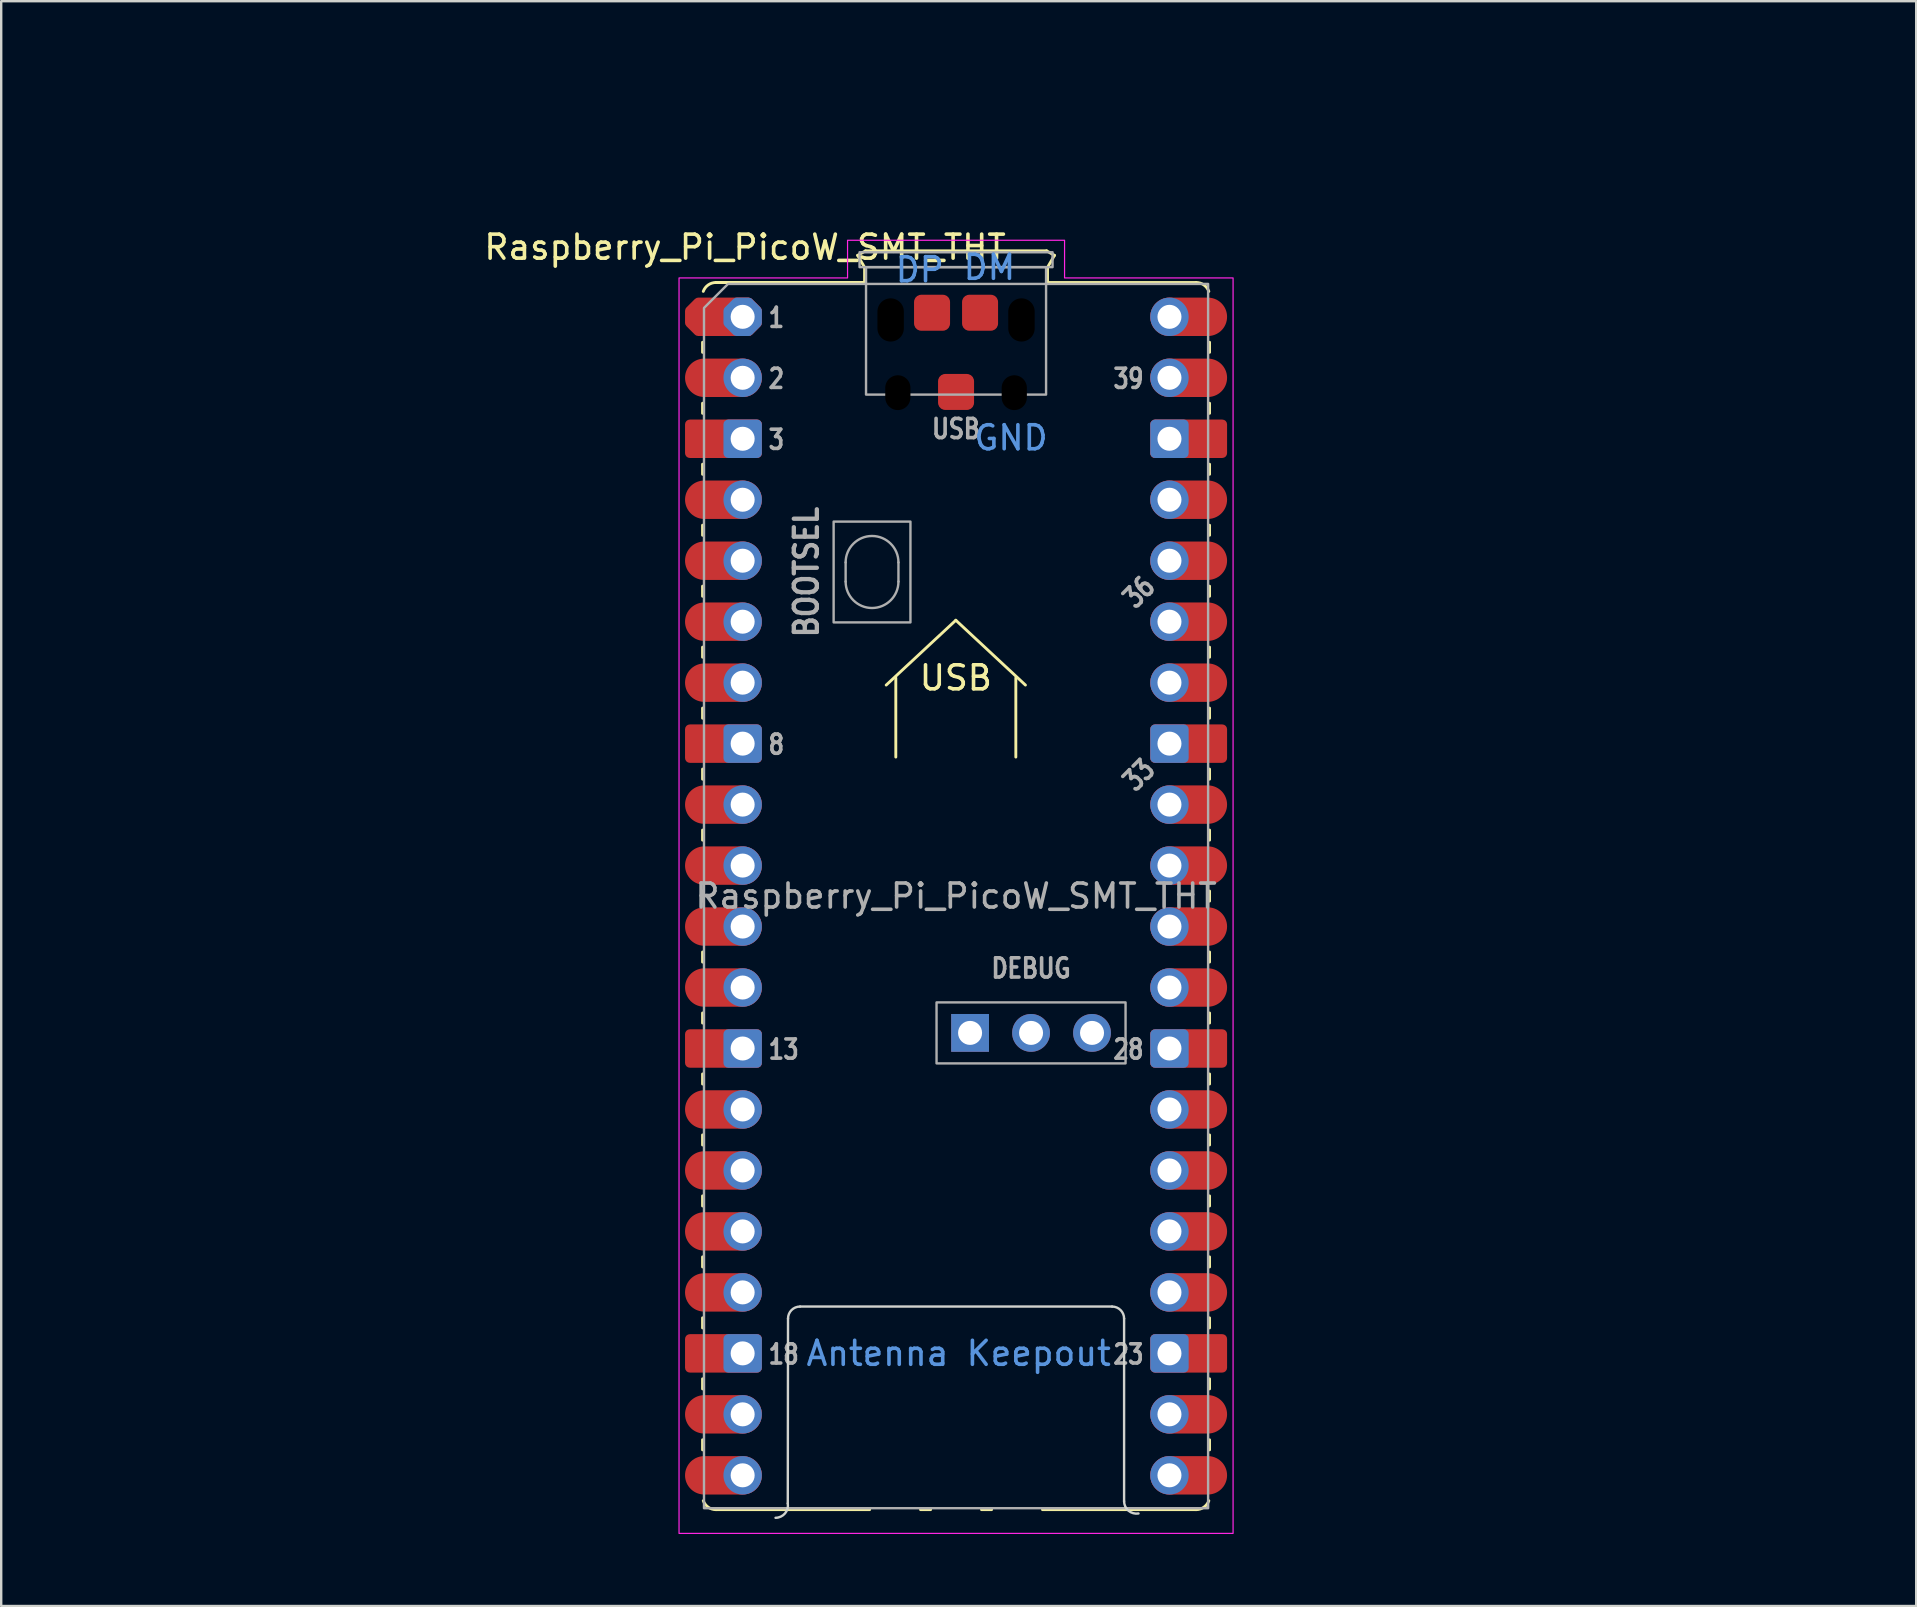
<source format=kicad_pcb>
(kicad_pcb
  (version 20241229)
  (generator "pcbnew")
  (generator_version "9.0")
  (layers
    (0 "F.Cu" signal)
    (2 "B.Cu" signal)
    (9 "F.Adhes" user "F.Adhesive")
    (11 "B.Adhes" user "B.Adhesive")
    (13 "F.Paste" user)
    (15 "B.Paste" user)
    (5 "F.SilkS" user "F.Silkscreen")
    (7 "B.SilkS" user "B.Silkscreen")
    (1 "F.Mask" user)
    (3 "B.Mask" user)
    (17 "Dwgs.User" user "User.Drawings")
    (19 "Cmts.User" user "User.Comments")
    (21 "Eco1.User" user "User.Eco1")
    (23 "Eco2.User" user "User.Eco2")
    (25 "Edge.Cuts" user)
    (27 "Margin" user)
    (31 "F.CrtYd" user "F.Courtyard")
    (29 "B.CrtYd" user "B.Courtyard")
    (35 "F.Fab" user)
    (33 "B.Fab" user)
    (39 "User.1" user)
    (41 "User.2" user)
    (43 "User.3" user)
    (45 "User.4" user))
  (footprint "Raspberry_Pi_PicoW_SMT_THT"
    (layer "F.Cu")
    (at 36.767 34.188)
    (property "Reference" "Raspberry_Pi_PicoW_SMT_THT" (at -8.78 -26.94 0) (layer "F.SilkS") (effects (font (size 1 1) (thickness 0.15))))
    (attr through_hole)
    (fp_line (start -10.55 -22.98) (end -10.55 -22.56) (stroke (width 0.12) (type solid)) (layer "F.SilkS"))
    (fp_line (start -10.55 -20.44) (end -10.55 -20.02) (stroke (width 0.12) (type solid)) (layer "F.SilkS"))
    (fp_line (start -10.55 -17.9) (end -10.55 -17.48) (stroke (width 0.12) (type solid)) (layer "F.SilkS"))
    (fp_line (start -10.55 -15.36) (end -10.55 -14.94) (stroke (width 0.12) (type solid)) (layer "F.SilkS"))
    (fp_line (start -10.55 -12.82) (end -10.55 -12.4) (stroke (width 0.12) (type solid)) (layer "F.SilkS"))
    (fp_line (start -10.55 -10.28) (end -10.55 -9.86) (stroke (width 0.12) (type solid)) (layer "F.SilkS"))
    (fp_line (start -10.55 -7.74) (end -10.55 -7.32) (stroke (width 0.12) (type solid)) (layer "F.SilkS"))
    (fp_line (start -10.55 -5.2) (end -10.55 -4.78) (stroke (width 0.12) (type solid)) (layer "F.SilkS"))
    (fp_line (start -10.55 -2.66) (end -10.55 -2.24) (stroke (width 0.12) (type solid)) (layer "F.SilkS"))
    (fp_line (start -10.55 -0.12) (end -10.55 0.3) (stroke (width 0.12) (type solid)) (layer "F.SilkS"))
    (fp_line (start -10.55 2.42) (end -10.55 2.84) (stroke (width 0.12) (type solid)) (layer "F.SilkS"))
    (fp_line (start -10.55 4.96) (end -10.55 5.38) (stroke (width 0.12) (type solid)) (layer "F.SilkS"))
    (fp_line (start -10.55 7.5) (end -10.55 7.92) (stroke (width 0.12) (type solid)) (layer "F.SilkS"))
    (fp_line (start -10.55 10.04) (end -10.55 10.46) (stroke (width 0.12) (type solid)) (layer "F.SilkS"))
    (fp_line (start -10.55 12.58) (end -10.55 13) (stroke (width 0.12) (type solid)) (layer "F.SilkS"))
    (fp_line (start -10.55 15.12) (end -10.55 15.54) (stroke (width 0.12) (type solid)) (layer "F.SilkS"))
    (fp_line (start -10.55 17.66) (end -10.55 18.08) (stroke (width 0.12) (type solid)) (layer "F.SilkS"))
    (fp_line (start -10.55 20.2) (end -10.55 20.62) (stroke (width 0.12) (type solid)) (layer "F.SilkS"))
    (fp_line (start -10.55 22.74) (end -10.55 23.16) (stroke (width 0.12) (type solid)) (layer "F.SilkS"))
    (fp_line (start -9.99 -25.47) (end -3.8 -25.47) (stroke (width 0.12) (type solid)) (layer "F.SilkS"))
    (fp_line (start -9.99 25.65) (end -3.59 25.65) (stroke (width 0.12) (type solid)) (layer "F.SilkS"))
    (fp_line (start -4.09 -26.6) (end -3.76 -26.79) (stroke (width 0.12) (type solid)) (layer "F.SilkS"))
    (fp_line (start -3.8 -26.1) (end -4.09 -26.6) (stroke (width 0.12) (type solid)) (layer "F.SilkS"))
    (fp_line (start -3.8 -25.47) (end -9.99 -25.47) (stroke (width 0.12) (type solid)) (layer "F.SilkS"))
    (fp_line (start -3.8 -25.47) (end -3.8 -26.1) (stroke (width 0.12) (type solid)) (layer "F.SilkS"))
    (fp_line (start -3.76 -26.79) (end 3.78 -26.79) (stroke (width 0.12) (type solid)) (layer "F.SilkS"))
    (fp_line (start -2.9 -8.7) (end 0 -11.4) (stroke (width 0.12) (type solid)) (layer "F.SilkS"))
    (fp_line (start -2.5 -5.7) (end -2.5 -9) (stroke (width 0.12) (type solid)) (layer "F.SilkS"))
    (fp_line (start -1.47 25.65) (end -1.05 25.65) (stroke (width 0.12) (type solid)) (layer "F.SilkS"))
    (fp_line (start 0 -11.4) (end 2.9 -8.7) (stroke (width 0.12) (type solid)) (layer "F.SilkS"))
    (fp_line (start 1.07 25.65) (end 1.49 25.65) (stroke (width 0.12) (type solid)) (layer "F.SilkS"))
    (fp_line (start 2.5 -5.7) (end 2.5 -9) (stroke (width 0.12) (type solid)) (layer "F.SilkS"))
    (fp_line (start 3.61 25.65) (end 10.01 25.65) (stroke (width 0.12) (type solid)) (layer "F.SilkS"))
    (fp_line (start 3.78 -26.79) (end 4.11 -26.6) (stroke (width 0.12) (type solid)) (layer "F.SilkS"))
    (fp_line (start 3.82 -26.1) (end 3.82 -25.47) (stroke (width 0.12) (type solid)) (layer "F.SilkS"))
    (fp_line (start 4.11 -26.6) (end 3.82 -26.1) (stroke (width 0.12) (type solid)) (layer "F.SilkS"))
    (fp_line (start 10.01 -25.47) (end 3.82 -25.47) (stroke (width 0.12) (type solid)) (layer "F.SilkS"))
    (fp_line (start 10.57 -22.98) (end 10.57 -22.56) (stroke (width 0.12) (type solid)) (layer "F.SilkS"))
    (fp_line (start 10.57 -20.44) (end 10.57 -20.02) (stroke (width 0.12) (type solid)) (layer "F.SilkS"))
    (fp_line (start 10.57 -17.9) (end 10.57 -17.48) (stroke (width 0.12) (type solid)) (layer "F.SilkS"))
    (fp_line (start 10.57 -15.36) (end 10.57 -14.94) (stroke (width 0.12) (type solid)) (layer "F.SilkS"))
    (fp_line (start 10.57 -12.82) (end 10.57 -12.4) (stroke (width 0.12) (type solid)) (layer "F.SilkS"))
    (fp_line (start 10.57 -10.28) (end 10.57 -9.86) (stroke (width 0.12) (type solid)) (layer "F.SilkS"))
    (fp_line (start 10.57 -7.74) (end 10.57 -7.32) (stroke (width 0.12) (type solid)) (layer "F.SilkS"))
    (fp_line (start 10.57 -5.2) (end 10.57 -4.78) (stroke (width 0.12) (type solid)) (layer "F.SilkS"))
    (fp_line (start 10.57 -2.66) (end 10.57 -2.24) (stroke (width 0.12) (type solid)) (layer "F.SilkS"))
    (fp_line (start 10.57 -0.12) (end 10.57 0.3) (stroke (width 0.12) (type solid)) (layer "F.SilkS"))
    (fp_line (start 10.57 2.42) (end 10.57 2.84) (stroke (width 0.12) (type solid)) (layer "F.SilkS"))
    (fp_line (start 10.57 4.96) (end 10.57 5.38) (stroke (width 0.12) (type solid)) (layer "F.SilkS"))
    (fp_line (start 10.57 7.5) (end 10.57 7.92) (stroke (width 0.12) (type solid)) (layer "F.SilkS"))
    (fp_line (start 10.57 10.04) (end 10.57 10.46) (stroke (width 0.12) (type solid)) (layer "F.SilkS"))
    (fp_line (start 10.57 12.58) (end 10.57 13) (stroke (width 0.12) (type solid)) (layer "F.SilkS"))
    (fp_line (start 10.57 15.12) (end 10.57 15.54) (stroke (width 0.12) (type solid)) (layer "F.SilkS"))
    (fp_line (start 10.57 17.66) (end 10.57 18.08) (stroke (width 0.12) (type solid)) (layer "F.SilkS"))
    (fp_line (start 10.57 20.2) (end 10.57 20.62) (stroke (width 0.12) (type solid)) (layer "F.SilkS"))
    (fp_line (start 10.57 22.74) (end 10.57 23.16) (stroke (width 0.12) (type solid)) (layer "F.SilkS"))
    (fp_arc (start -10.52 -25.1) (mid -10.313508 -25.368808) (end -9.99 -25.47) (stroke (width 0.12) (type solid)) (layer "F.SilkS"))
    (fp_arc (start -9.99 25.65) (mid -10.313508 25.548809) (end -10.52 25.28) (stroke (width 0.12) (type solid)) (layer "F.SilkS"))
    (fp_arc (start 10.01 -25.47) (mid 10.333529 -25.368823) (end 10.54 -25.1) (stroke (width 0.12) (type solid)) (layer "F.SilkS"))
    (fp_arc (start 10.54 25.28) (mid 10.333497 25.548778) (end 10.01 25.65) (stroke (width 0.12) (type solid)) (layer "F.SilkS"))
    (fp_line (start -7 25.39) (end -6.99 17.69) (stroke (width 0.1) (type solid)) (layer "Edge.Cuts"))
    (fp_line (start -6.49 17.19) (end 6.51 17.19) (stroke (width 0.1) (type solid)) (layer "Edge.Cuts"))
    (fp_line (start 7.01 17.69) (end 7.01 25.3) (stroke (width 0.1) (type solid)) (layer "Edge.Cuts"))
    (fp_arc (start -7 25.39) (mid -7.116269 25.807922) (end -7.51 25.99) (stroke (width 0.1) (type solid)) (layer "Edge.Cuts"))
    (fp_arc (start -6.99 17.69) (mid -6.843553 17.336447) (end -6.49 17.19) (stroke (width 0.1) (type solid)) (layer "Edge.Cuts"))
    (fp_arc (start 6.51 17.19) (mid 6.863553 17.336447) (end 7.01 17.69) (stroke (width 0.1) (type solid)) (layer "Edge.Cuts"))
    (fp_arc (start 7.61 25.81) (mid 7.192078 25.693732) (end 7.01 25.3) (stroke (width 0.1) (type solid)) (layer "Edge.Cuts"))
    (fp_poly (pts (xy 4.53 -25.66) (xy 11.55 -25.66) (xy 11.55 26.64) (xy -11.53 26.64) (xy -11.53 -25.66) (xy -4.51 -25.66) (xy -4.51 -27.23) (xy 4.53 -27.23)) (stroke (width 0.05) (type solid)) (fill no) (layer "F.CrtYd"))
    (fp_line (start -4.59 -13.81) (end -4.59 -13.01) (stroke (width 0.1) (type solid)) (layer "F.Fab"))
    (fp_line (start -2.39 -13.81) (end -2.39 -13.01) (stroke (width 0.1) (type solid)) (layer "F.Fab"))
    (fp_rect (start -5.09 -15.51) (end -1.89 -11.31) (stroke (width 0.1) (type solid)) (fill no) (layer "F.Fab"))
    (fp_rect (start -4.01 -26.73) (end 4.03 -26.11) (stroke (width 0.1) (type solid)) (fill no) (layer "F.Fab"))
    (fp_rect (start -3.74 -26.11) (end 3.76 -20.8) (stroke (width 0.1) (type solid)) (fill no) (layer "F.Fab"))
    (fp_rect (start -0.803 4.52) (end 7.071 7.06) (stroke (width 0.1) (type solid)) (fill no) (layer "F.Fab"))
    (fp_arc (start -4.59 -13.81) (mid -3.49 -14.91) (end -2.39 -13.81) (stroke (width 0.1) (type solid)) (layer "F.Fab"))
    (fp_arc (start -2.39 -13.01) (mid -3.49 -11.91) (end -4.59 -13.01) (stroke (width 0.1) (type solid)) (layer "F.Fab"))
    (fp_poly (pts (xy 10.51 25.59) (xy -10.49 25.59) (xy -10.49 -24.41) (xy -9.49 -25.41) (xy 10.51 -25.41)) (stroke (width 0.1) (type solid)) (fill no) (layer "F.Fab"))
    (fp_text user "USB" (at 0 -9 0) (unlocked yes) (layer "F.SilkS") (effects (font (size 1 1) (thickness 0.15))))
    (fp_text user "DP" (at -1.5 -26 0) (unlocked yes) (layer "Cmts.User") (effects (font (size 1 1) (thickness 0.15))))
    (fp_text user "Antenna Keepout" (at 0.12 19.14 0) (unlocked yes) (layer "Cmts.User") (effects (font (size 1 1) (thickness 0.15))))
    (fp_text user "DM" (at 1.4 -26.1 0) (unlocked yes) (layer "Cmts.User") (effects (font (size 1 1) (thickness 0.15))))
    (fp_text user "GND" (at 2.3 -19 0) (unlocked yes) (layer "Cmts.User") (effects (font (size 1 1) (thickness 0.15))))
    (fp_text user "3" (at -7.88 -18.922 0) (unlocked yes) (layer "F.Fab") (effects (font (size 0.8 0.64) (thickness 0.15)) (justify left)))
    (fp_text user "28" (at 7.9 6.478 0) (unlocked yes) (layer "F.Fab") (effects (font (size 0.8 0.64) (thickness 0.15)) (justify right)))
    (fp_text user "USB" (at 0.01 -19.372 0) (unlocked yes) (layer "F.Fab") (effects (font (size 0.8 0.66) (thickness 0.15))))
    (fp_text user "18" (at -7.88 19.178 0) (unlocked yes) (layer "F.Fab") (effects (font (size 0.8 0.64) (thickness 0.15)) (justify left)))
    (fp_text user "DEBUG" (at 3.134 3.098 0) (unlocked yes) (layer "F.Fab") (effects (font (size 0.8 0.66) (thickness 0.15))))
    (fp_text user "${REFERENCE}" (at 0.01 0.09 0) (unlocked yes) (layer "F.Fab") (effects (font (size 1 1) (thickness 0.15))))
    (fp_text user "8" (at -7.88 -6.222 0) (unlocked yes) (layer "F.Fab") (effects (font (size 0.8 0.64) (thickness 0.15)) (justify left)))
    (fp_text user "39" (at 7.9 -21.462 0) (unlocked yes) (layer "F.Fab") (effects (font (size 0.8 0.64) (thickness 0.15)) (justify right)))
    (fp_text user "33" (at 7.63 -4.952 45) (unlocked yes) (layer "F.Fab") (effects (font (size 0.8 0.64) (thickness 0.15))))
    (fp_text user "1" (at -7.88 -24.002 0) (unlocked yes) (layer "F.Fab") (effects (font (size 0.8 0.64) (thickness 0.15)) (justify left)))
    (fp_text user "BOOTSEL" (at -6.224 -13.41 90) (unlocked yes) (layer "F.Fab") (effects (font (size 0.96 0.825) (thickness 0.18))))
    (fp_text user "13" (at -7.88 6.478 0) (unlocked yes) (layer "F.Fab") (effects (font (size 0.8 0.64) (thickness 0.15)) (justify left)))
    (fp_text user "23" (at 7.9 19.178 0) (unlocked yes) (layer "F.Fab") (effects (font (size 0.8 0.64) (thickness 0.15)) (justify right)))
    (fp_text user "2" (at -7.88 -21.462 0) (unlocked yes) (layer "F.Fab") (effects (font (size 0.8 0.64) (thickness 0.15)) (justify left)))
    (fp_text user "36" (at 7.63 -12.572 45) (unlocked yes) (layer "F.Fab") (effects (font (size 0.8 0.64) (thickness 0.15))))
    (fp_text user "https://forum.kicad.info/t/are-there-pi-pico-library-files-available-for-kicad-6/35844/12" (at 0.12 -31.54 0) (unlocked yes) (layer "User.1") (effects (font (size 1 1) (thickness 0.15))))
    (fp_text user "Public Domain As Per:" (at 0.82 -33.34 0) (unlocked yes) (layer "User.1") (effects (font (size 1 1) (thickness 0.15))))
    (pad "" np_thru_hole oval (at -2.715 -23.91) (size 1.1 1.8) (drill oval 1.1 1.8) (layers "*.Mask"))
    (pad "" np_thru_hole oval (at -2.415 -20.88) (size 1.05 1.45) (drill oval 1.05 1.45) (layers "*.Mask"))
    (pad "" np_thru_hole oval (at 2.435 -20.88) (size 1.05 1.45) (drill oval 1.05 1.45) (layers "*.Mask"))
    (pad "" np_thru_hole oval (at 2.735 -23.91) (size 1.1 1.8) (drill oval 1.1 1.8) (layers "*.Mask"))
    (pad "1" smd custom (at -10.48 -24.04) (size 1.6 1.6) (layers "F.Cu" "F.Mask") (options (anchor circle)) (primitives (gr_poly (pts (xy 2.2 0.249) (xy 1.849 0.6) (xy -0.249 0.6) (xy -0.6 0.249) (xy -0.6 -0.249) (xy -0.249 -0.6) (xy 1.849 -0.6) (xy 2.2 -0.249)) (width 0.4) (fill yes))))
    (pad "1" thru_hole custom (at -8.88 -24.04) (size 1.6 1.6) (drill 1) (layers "*.Cu" "*.Mask") (options (anchor circle)) (primitives (gr_poly (pts (xy 0.6 0.249) (xy 0.249 0.6) (xy -0.249 0.6) (xy -0.6 0.249) (xy -0.6 -0.249) (xy -0.249 -0.6) (xy 0.249 -0.6) (xy 0.6 -0.249)) (width 0.4) (fill yes))))
    (pad "2" smd oval (at -10.48 -21.5) (size 3.2 1.6) (drill (offset 0.8 0)) (layers "F.Cu" "F.Mask"))
    (pad "2" thru_hole circle (at -8.88 -21.5) (size 1.6 1.6) (drill 1) (layers "*.Cu" "*.Mask"))
    (pad "3" smd roundrect (at -10.48 -18.96) (size 3.2 1.6) (drill (offset 0.8 0)) (layers "F.Cu" "F.Mask") (roundrect_rratio 0.125))
    (pad "3" thru_hole roundrect (at -8.88 -18.96) (size 1.6 1.6) (drill 1) (layers "*.Cu" "*.Mask") (roundrect_rratio 0.125))
    (pad "4" smd oval (at -10.48 -16.42) (size 3.2 1.6) (drill (offset 0.8 0)) (layers "F.Cu" "F.Mask"))
    (pad "4" thru_hole circle (at -8.88 -16.42) (size 1.6 1.6) (drill 1) (layers "*.Cu" "*.Mask"))
    (pad "5" smd oval (at -10.48 -13.88) (size 3.2 1.6) (drill (offset 0.8 0)) (layers "F.Cu" "F.Mask"))
    (pad "5" thru_hole circle (at -8.88 -13.88) (size 1.6 1.6) (drill 1) (layers "*.Cu" "*.Mask"))
    (pad "6" smd oval (at -10.48 -11.34) (size 3.2 1.6) (drill (offset 0.8 0)) (layers "F.Cu" "F.Mask"))
    (pad "6" thru_hole circle (at -8.88 -11.34) (size 1.6 1.6) (drill 1) (layers "*.Cu" "*.Mask"))
    (pad "7" smd oval (at -10.48 -8.8) (size 3.2 1.6) (drill (offset 0.8 0)) (layers "F.Cu" "F.Mask"))
    (pad "7" thru_hole circle (at -8.88 -8.8) (size 1.6 1.6) (drill 1) (layers "*.Cu" "*.Mask"))
    (pad "8" smd roundrect (at -10.48 -6.26) (size 3.2 1.6) (drill (offset 0.8 0)) (layers "F.Cu" "F.Mask") (roundrect_rratio 0.125))
    (pad "8" thru_hole roundrect (at -8.88 -6.26) (size 1.6 1.6) (drill 1) (layers "*.Cu" "*.Mask") (roundrect_rratio 0.125))
    (pad "9" smd oval (at -10.48 -3.72) (size 3.2 1.6) (drill (offset 0.8 0)) (layers "F.Cu" "F.Mask"))
    (pad "9" thru_hole circle (at -8.88 -3.72) (size 1.6 1.6) (drill 1) (layers "*.Cu" "*.Mask"))
    (pad "10" smd oval (at -10.48 -1.18) (size 3.2 1.6) (drill (offset 0.8 0)) (layers "F.Cu" "F.Mask"))
    (pad "10" thru_hole circle (at -8.88 -1.18) (size 1.6 1.6) (drill 1) (layers "*.Cu" "*.Mask"))
    (pad "11" smd oval (at -10.48 1.36) (size 3.2 1.6) (drill (offset 0.8 0)) (layers "F.Cu" "F.Mask"))
    (pad "11" thru_hole circle (at -8.88 1.36) (size 1.6 1.6) (drill 1) (layers "*.Cu" "*.Mask"))
    (pad "12" smd oval (at -10.48 3.9) (size 3.2 1.6) (drill (offset 0.8 0)) (layers "F.Cu" "F.Mask"))
    (pad "12" thru_hole circle (at -8.88 3.9) (size 1.6 1.6) (drill 1) (layers "*.Cu" "*.Mask"))
    (pad "13" smd roundrect (at -10.48 6.44) (size 3.2 1.6) (drill (offset 0.8 0)) (layers "F.Cu" "F.Mask") (roundrect_rratio 0.125))
    (pad "13" thru_hole roundrect (at -8.88 6.44) (size 1.6 1.6) (drill 1) (layers "*.Cu" "*.Mask") (roundrect_rratio 0.125))
    (pad "14" smd oval (at -10.48 8.98) (size 3.2 1.6) (drill (offset 0.8 0)) (layers "F.Cu" "F.Mask"))
    (pad "14" thru_hole circle (at -8.88 8.98) (size 1.6 1.6) (drill 1) (layers "*.Cu" "*.Mask"))
    (pad "15" smd oval (at -10.48 11.52) (size 3.2 1.6) (drill (offset 0.8 0)) (layers "F.Cu" "F.Mask"))
    (pad "15" thru_hole circle (at -8.88 11.52) (size 1.6 1.6) (drill 1) (layers "*.Cu" "*.Mask"))
    (pad "16" smd oval (at -10.48 14.06) (size 3.2 1.6) (drill (offset 0.8 0)) (layers "F.Cu" "F.Mask"))
    (pad "16" thru_hole circle (at -8.88 14.06) (size 1.6 1.6) (drill 1) (layers "*.Cu" "*.Mask"))
    (pad "17" smd oval (at -10.48 16.6) (size 3.2 1.6) (drill (offset 0.8 0)) (layers "F.Cu" "F.Mask"))
    (pad "17" thru_hole circle (at -8.88 16.6) (size 1.6 1.6) (drill 1) (layers "*.Cu" "*.Mask"))
    (pad "18" smd roundrect (at -10.48 19.14) (size 3.2 1.6) (drill (offset 0.8 0)) (layers "F.Cu" "F.Mask") (roundrect_rratio 0.125))
    (pad "18" thru_hole roundrect (at -8.88 19.14) (size 1.6 1.6) (drill 1) (layers "*.Cu" "*.Mask") (roundrect_rratio 0.125))
    (pad "19" smd oval (at -10.48 21.68) (size 3.2 1.6) (drill (offset 0.8 0)) (layers "F.Cu" "F.Mask"))
    (pad "19" thru_hole circle (at -8.88 21.68) (size 1.6 1.6) (drill 1) (layers "*.Cu" "*.Mask"))
    (pad "20" smd oval (at -10.48 24.22) (size 3.2 1.6) (drill (offset 0.8 0)) (layers "F.Cu" "F.Mask"))
    (pad "20" thru_hole circle (at -8.88 24.22) (size 1.6 1.6) (drill 1) (layers "*.Cu" "*.Mask"))
    (pad "21" thru_hole circle (at 8.9 24.22) (size 1.6 1.6) (drill 1) (layers "*.Cu" "*.Mask"))
    (pad "21" smd oval (at 10.5 24.22) (size 3.2 1.6) (drill (offset -0.8 0)) (layers "F.Cu" "F.Mask"))
    (pad "22" thru_hole circle (at 8.9 21.68) (size 1.6 1.6) (drill 1) (layers "*.Cu" "*.Mask"))
    (pad "22" smd oval (at 10.5 21.68) (size 3.2 1.6) (drill (offset -0.8 0)) (layers "F.Cu" "F.Mask"))
    (pad "23" thru_hole roundrect (at 8.9 19.14) (size 1.6 1.6) (drill 1) (layers "*.Cu" "*.Mask") (roundrect_rratio 0.125))
    (pad "23" smd roundrect (at 10.5 19.14) (size 3.2 1.6) (drill (offset -0.8 0)) (layers "F.Cu" "F.Mask") (roundrect_rratio 0.125))
    (pad "24" thru_hole circle (at 8.9 16.6) (size 1.6 1.6) (drill 1) (layers "*.Cu" "*.Mask"))
    (pad "24" smd oval (at 10.5 16.6) (size 3.2 1.6) (drill (offset -0.8 0)) (layers "F.Cu" "F.Mask"))
    (pad "25" thru_hole circle (at 8.9 14.06) (size 1.6 1.6) (drill 1) (layers "*.Cu" "*.Mask"))
    (pad "25" smd oval (at 10.5 14.06) (size 3.2 1.6) (drill (offset -0.8 0)) (layers "F.Cu" "F.Mask"))
    (pad "26" thru_hole circle (at 8.9 11.52) (size 1.6 1.6) (drill 1) (layers "*.Cu" "*.Mask"))
    (pad "26" smd oval (at 10.5 11.52) (size 3.2 1.6) (drill (offset -0.8 0)) (layers "F.Cu" "F.Mask"))
    (pad "27" thru_hole circle (at 8.9 8.98) (size 1.6 1.6) (drill 1) (layers "*.Cu" "*.Mask"))
    (pad "27" smd oval (at 10.5 8.98) (size 3.2 1.6) (drill (offset -0.8 0)) (layers "F.Cu" "F.Mask"))
    (pad "28" thru_hole roundrect (at 8.9 6.44) (size 1.6 1.6) (drill 1) (layers "*.Cu" "*.Mask") (roundrect_rratio 0.125))
    (pad "28" smd roundrect (at 10.5 6.44) (size 3.2 1.6) (drill (offset -0.8 0)) (layers "F.Cu" "F.Mask") (roundrect_rratio 0.125))
    (pad "29" thru_hole circle (at 8.9 3.9) (size 1.6 1.6) (drill 1) (layers "*.Cu" "*.Mask"))
    (pad "29" smd oval (at 10.5 3.9) (size 3.2 1.6) (drill (offset -0.8 0)) (layers "F.Cu" "F.Mask"))
    (pad "30" thru_hole circle (at 8.9 1.36) (size 1.6 1.6) (drill 1) (layers "*.Cu" "*.Mask"))
    (pad "30" smd oval (at 10.5 1.36) (size 3.2 1.6) (drill (offset -0.8 0)) (layers "F.Cu" "F.Mask"))
    (pad "31" thru_hole circle (at 8.9 -1.18) (size 1.6 1.6) (drill 1) (layers "*.Cu" "*.Mask"))
    (pad "31" smd oval (at 10.5 -1.18) (size 3.2 1.6) (drill (offset -0.8 0)) (layers "F.Cu" "F.Mask"))
    (pad "32" thru_hole circle (at 8.9 -3.72) (size 1.6 1.6) (drill 1) (layers "*.Cu" "*.Mask"))
    (pad "32" smd oval (at 10.5 -3.72) (size 3.2 1.6) (drill (offset -0.8 0)) (layers "F.Cu" "F.Mask"))
    (pad "33" thru_hole roundrect (at 8.9 -6.26) (size 1.6 1.6) (drill 1) (layers "*.Cu" "*.Mask") (roundrect_rratio 0.125))
    (pad "33" smd roundrect (at 10.5 -6.26) (size 3.2 1.6) (drill (offset -0.8 0)) (layers "F.Cu" "F.Mask") (roundrect_rratio 0.125))
    (pad "34" thru_hole circle (at 8.9 -8.8) (size 1.6 1.6) (drill 1) (layers "*.Cu" "*.Mask"))
    (pad "34" smd oval (at 10.5 -8.8) (size 3.2 1.6) (drill (offset -0.8 0)) (layers "F.Cu" "F.Mask"))
    (pad "35" thru_hole circle (at 8.9 -11.34) (size 1.6 1.6) (drill 1) (layers "*.Cu" "*.Mask"))
    (pad "35" smd oval (at 10.5 -11.34) (size 3.2 1.6) (drill (offset -0.8 0)) (layers "F.Cu" "F.Mask"))
    (pad "36" thru_hole circle (at 8.9 -13.88) (size 1.6 1.6) (drill 1) (layers "*.Cu" "*.Mask"))
    (pad "36" smd oval (at 10.5 -13.88) (size 3.2 1.6) (drill (offset -0.8 0)) (layers "F.Cu" "F.Mask"))
    (pad "37" thru_hole circle (at 8.9 -16.42) (size 1.6 1.6) (drill 1) (layers "*.Cu" "*.Mask"))
    (pad "37" smd oval (at 10.5 -16.42) (size 3.2 1.6) (drill (offset -0.8 0)) (layers "F.Cu" "F.Mask"))
    (pad "38" thru_hole roundrect (at 8.9 -18.96) (size 1.6 1.6) (drill 1) (layers "*.Cu" "*.Mask") (roundrect_rratio 0.125))
    (pad "38" smd roundrect (at 10.5 -18.96) (size 3.2 1.6) (drill (offset -0.8 0)) (layers "F.Cu" "F.Mask") (roundrect_rratio 0.125))
    (pad "39" thru_hole circle (at 8.9 -21.5) (size 1.6 1.6) (drill 1) (layers "*.Cu" "*.Mask"))
    (pad "39" smd oval (at 10.5 -21.5) (size 3.2 1.6) (drill (offset -0.8 0)) (layers "F.Cu" "F.Mask"))
    (pad "40" thru_hole circle (at 8.9 -24.04) (size 1.6 1.6) (drill 1) (layers "*.Cu" "*.Mask"))
    (pad "40" smd oval (at 10.5 -24.04) (size 3.2 1.6) (drill (offset -0.8 0)) (layers "F.Cu" "F.Mask"))
    (pad "41" thru_hole rect (at 0.594 5.79) (size 1.575 1.575) (drill 1) (layers "*.Cu" "*.Mask"))
    (pad "42" thru_hole circle (at 3.134 5.79) (size 1.575 1.575) (drill 1) (layers "*.Cu" "*.Mask"))
    (pad "43" thru_hole circle (at 5.674 5.79) (size 1.575 1.575) (drill 1) (layers "*.Cu" "*.Mask"))
    (pad "51" smd roundrect (at 0.01 -20.91) (size 1.5 1.5) (property pad_prop_testpoint) (layers "F.Cu" "F.Mask") (roundrect_rratio 0.2))
    (pad "52" smd roundrect (at 1.01 -24.21) (size 1.5 1.5) (property pad_prop_testpoint) (layers "F.Cu" "F.Mask") (roundrect_rratio 0.2))
    (pad "53" smd roundrect (at -0.99 -24.21) (size 1.5 1.5) (property pad_prop_testpoint) (layers "F.Cu" "F.Mask") (roundrect_rratio 0.2))
    (zone (net_name "") (layer "F.Cu") (name "Test Point Keepout") (hatch full 0.508) (connect_pads) (min_thickness 0.254) (filled_areas_thickness no) (keepout (tracks not_allowed) (vias not_allowed) (pads allowed) (copperpour not_allowed) (footprints allowed)) (placement (enabled no)) (fill) (polygon (pts (xy 35.067 17.588) (xy 33.467 17.588) (xy 33.467 15.988) (xy 35.067 15.988))))
    (zone (net_name "") (layer "F.Cu") (name "Test Point Keepout") (hatch full 0.508) (connect_pads) (min_thickness 0.254) (filled_areas_thickness no) (keepout (tracks not_allowed) (vias not_allowed) (pads allowed) (copperpour not_allowed) (footprints allowed)) (placement (enabled no)) (fill) (polygon (pts (xy 35.067 20.088) (xy 33.467 20.088) (xy 33.467 18.488) (xy 35.067 18.488))))
    (zone (net_name "") (layer "F.Cu") (name "Test Point Keepout") (hatch full 0.508) (connect_pads) (min_thickness 0.254) (filled_areas_thickness no) (keepout (tracks not_allowed) (vias not_allowed) (pads allowed) (copperpour not_allowed) (footprints allowed)) (placement (enabled no)) (fill) (polygon (pts (xy 35.067 22.588) (xy 33.467 22.588) (xy 33.467 20.988) (xy 35.067 20.988))))
    (zone (net_name "") (layers "F.Cu" "F.Mask" "B.Cu" "B.Mask" "F.SilkS" "B.SilkS" "F.Adhes" "B.Adhes" "F.Paste" "B.Paste") (name "Antenna Keepout") (hatch full 0.508) (connect_pads) (min_thickness 0.254) (filled_areas_thickness no) (keepout (tracks not_allowed) (vias not_allowed) (pads not_allowed) (copperpour not_allowed) (footprints not_allowed)) (placement (enabled no)) (fill) (polygon (pts (xy 43.777 59.778) (xy 29.777 59.778) (xy 29.777 51.378) (xy 43.777 51.378)))))
  (gr_rect
    (start -3 -3)
    (end 76.774 63.853)
    (stroke (width 0.1) (type default))
    (fill no)
    (layer "Edge.Cuts")))
</source>
